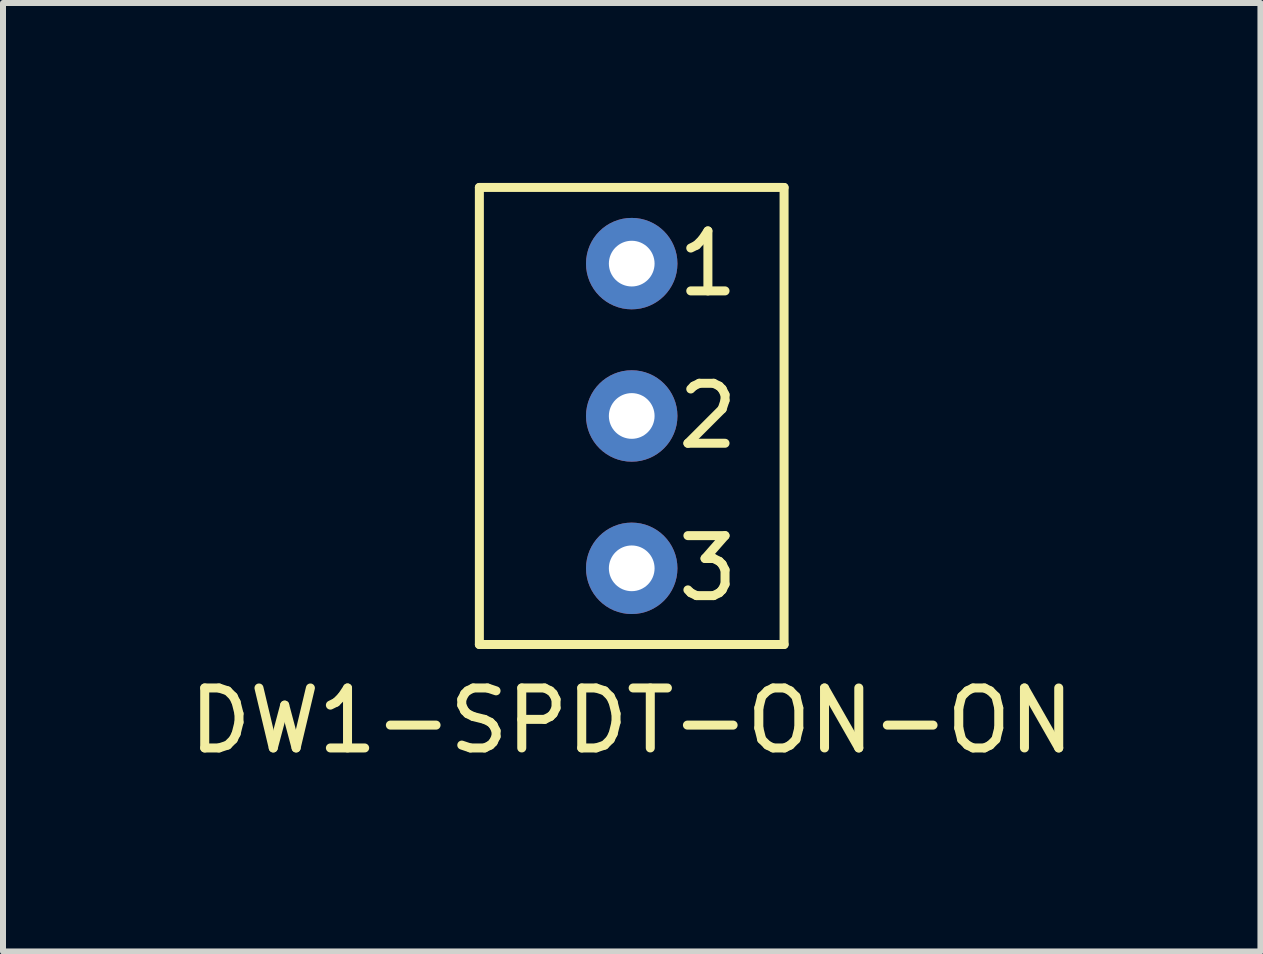
<source format=kicad_pcb>
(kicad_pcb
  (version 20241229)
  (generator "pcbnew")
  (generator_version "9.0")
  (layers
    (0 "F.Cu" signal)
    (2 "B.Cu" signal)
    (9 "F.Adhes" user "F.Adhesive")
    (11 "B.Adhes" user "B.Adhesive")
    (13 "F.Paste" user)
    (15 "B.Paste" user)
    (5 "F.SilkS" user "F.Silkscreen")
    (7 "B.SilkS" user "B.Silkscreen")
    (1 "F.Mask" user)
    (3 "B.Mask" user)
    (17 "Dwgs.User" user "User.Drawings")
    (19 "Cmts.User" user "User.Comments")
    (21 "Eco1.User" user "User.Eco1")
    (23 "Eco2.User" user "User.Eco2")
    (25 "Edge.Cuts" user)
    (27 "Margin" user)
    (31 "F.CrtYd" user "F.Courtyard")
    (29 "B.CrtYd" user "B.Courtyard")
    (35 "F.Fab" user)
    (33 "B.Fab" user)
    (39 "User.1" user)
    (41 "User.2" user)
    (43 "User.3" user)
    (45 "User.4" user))
  (footprint "DW1-SPDT-ON-ON"
    (layer "F.Cu")
    (at 7.482 6.425)
    (property "Reference" "DW1-SPDT-ON-ON" (at 0 2.54 0) (layer "F.SilkS") (effects (font (size 1 1) (thickness 0.15))))
    (attr through_hole)
    (fp_line (start -2.54 -6.35) (end -2.54 1.27) (stroke (width 0.15) (type solid)) (layer "F.SilkS"))
    (fp_line (start -2.54 1.27) (end 2.54 1.27) (stroke (width 0.15) (type solid)) (layer "F.SilkS"))
    (fp_line (start 2.54 -6.35) (end -2.54 -6.35) (stroke (width 0.15) (type solid)) (layer "F.SilkS"))
    (fp_line (start 2.54 1.27) (end 2.54 -6.35) (stroke (width 0.15) (type solid)) (layer "F.SilkS"))
    (fp_text user "2" (at 1.27 -2.54 0) (layer "F.SilkS") (effects (font (size 1 1) (thickness 0.15))))
    (fp_text user "1" (at 1.27 -5.08 0) (layer "F.SilkS") (effects (font (size 1 1) (thickness 0.15))))
    (fp_text user "3" (at 1.27 0 0) (layer "F.SilkS") (effects (font (size 1 1) (thickness 0.15))))
    (pad "1" thru_hole circle (at 0 -5.08) (size 1.524 1.524) (drill 0.762) (layers "*.Cu" "*.Mask"))
    (pad "2" thru_hole circle (at 0 -2.54) (size 1.524 1.524) (drill 0.762) (layers "*.Cu" "*.Mask"))
    (pad "3" thru_hole circle (at 0 0) (size 1.524 1.524) (drill 0.762) (layers "*.Cu" "*.Mask")))
  (gr_rect
    (start -3 -3)
    (end 17.964 12.813)
    (stroke (width 0.1) (type default))
    (fill no)
    (layer "Edge.Cuts")))
</source>
